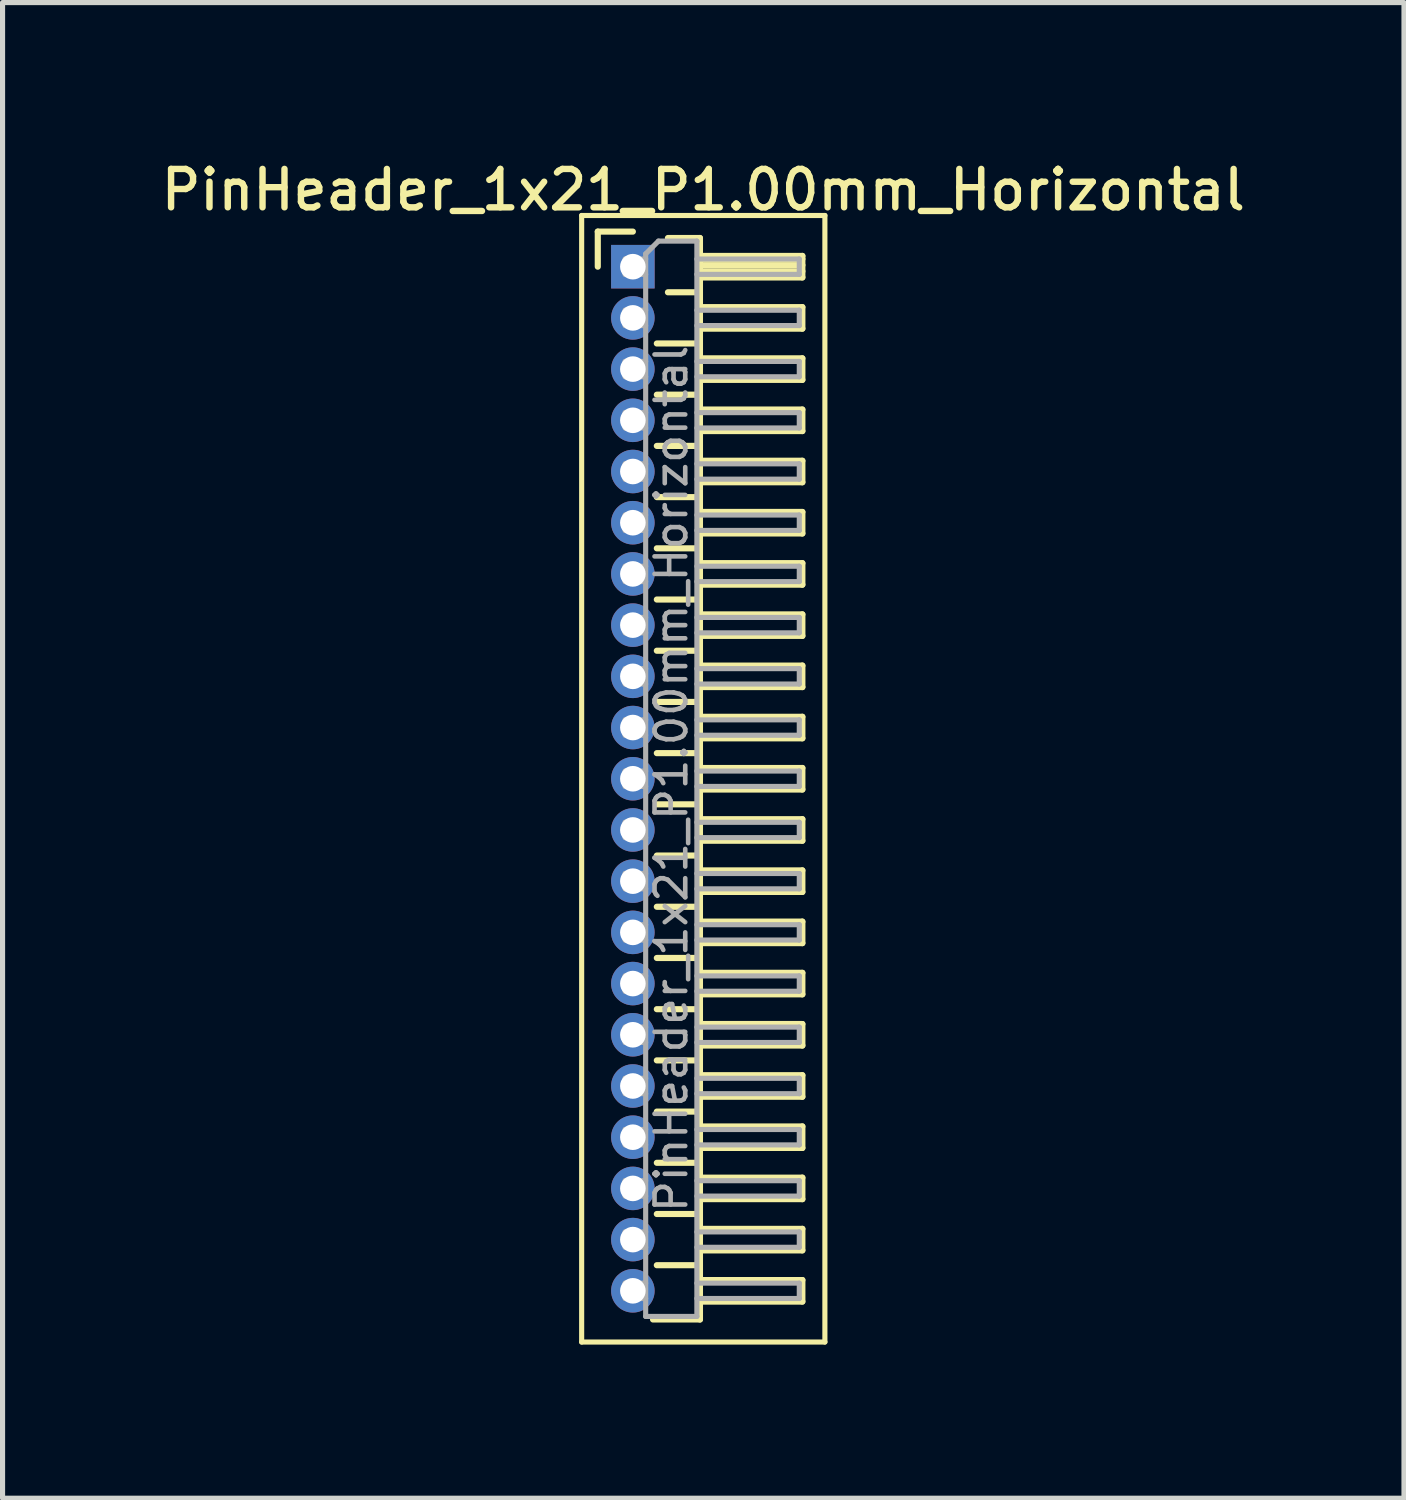
<source format=kicad_pcb>
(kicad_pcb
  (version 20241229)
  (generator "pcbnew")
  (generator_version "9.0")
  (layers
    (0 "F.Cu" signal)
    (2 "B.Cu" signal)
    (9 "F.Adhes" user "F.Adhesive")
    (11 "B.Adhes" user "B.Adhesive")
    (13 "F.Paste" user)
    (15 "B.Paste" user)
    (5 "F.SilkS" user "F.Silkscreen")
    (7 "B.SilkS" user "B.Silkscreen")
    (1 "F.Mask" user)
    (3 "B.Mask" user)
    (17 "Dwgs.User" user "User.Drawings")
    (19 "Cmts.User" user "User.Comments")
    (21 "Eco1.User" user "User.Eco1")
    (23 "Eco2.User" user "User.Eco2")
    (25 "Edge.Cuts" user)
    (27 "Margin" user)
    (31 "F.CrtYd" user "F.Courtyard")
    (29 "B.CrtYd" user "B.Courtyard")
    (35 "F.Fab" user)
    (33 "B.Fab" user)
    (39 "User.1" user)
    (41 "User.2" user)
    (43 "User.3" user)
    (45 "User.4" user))
  (footprint "PinHeader_1x21_P1.00mm_Horizontal"
    (layer "F.Cu")
    (at 9.309 2.158)
    (property "Reference" "PinHeader_1x21_P1.00mm_Horizontal" (at 1.375 -1.5 0) (layer "F.SilkS") (effects (font (size 0.75 0.75) (thickness 0.125))))
    (attr through_hole)
    (fp_line (start -1 -1) (end -1 21) (stroke (width 0.1) (type solid)) (layer "F.SilkS"))
    (fp_line (start -1 21) (end 3.75 21) (stroke (width 0.1) (type solid)) (layer "F.SilkS"))
    (fp_line (start -0.685 -0.685) (end 0 -0.685) (stroke (width 0.12) (type solid)) (layer "F.SilkS"))
    (fp_line (start -0.685 0) (end -0.685 -0.685) (stroke (width 0.12) (type solid)) (layer "F.SilkS"))
    (fp_line (start 0.468 1.5) (end 1.31 1.5) (stroke (width 0.12) (type solid)) (layer "F.SilkS"))
    (fp_line (start 0.468 2.5) (end 1.31 2.5) (stroke (width 0.12) (type solid)) (layer "F.SilkS"))
    (fp_line (start 0.468 3.5) (end 1.31 3.5) (stroke (width 0.12) (type solid)) (layer "F.SilkS"))
    (fp_line (start 0.468 4.5) (end 1.31 4.5) (stroke (width 0.12) (type solid)) (layer "F.SilkS"))
    (fp_line (start 0.468 5.5) (end 1.31 5.5) (stroke (width 0.12) (type solid)) (layer "F.SilkS"))
    (fp_line (start 0.468 6.5) (end 1.31 6.5) (stroke (width 0.12) (type solid)) (layer "F.SilkS"))
    (fp_line (start 0.468 7.5) (end 1.31 7.5) (stroke (width 0.12) (type solid)) (layer "F.SilkS"))
    (fp_line (start 0.468 8.5) (end 1.31 8.5) (stroke (width 0.12) (type solid)) (layer "F.SilkS"))
    (fp_line (start 0.468 9.5) (end 1.31 9.5) (stroke (width 0.12) (type solid)) (layer "F.SilkS"))
    (fp_line (start 0.468 10.5) (end 1.31 10.5) (stroke (width 0.12) (type solid)) (layer "F.SilkS"))
    (fp_line (start 0.468 11.5) (end 1.31 11.5) (stroke (width 0.12) (type solid)) (layer "F.SilkS"))
    (fp_line (start 0.468 12.5) (end 1.31 12.5) (stroke (width 0.12) (type solid)) (layer "F.SilkS"))
    (fp_line (start 0.468 13.5) (end 1.31 13.5) (stroke (width 0.12) (type solid)) (layer "F.SilkS"))
    (fp_line (start 0.468 14.5) (end 1.31 14.5) (stroke (width 0.12) (type solid)) (layer "F.SilkS"))
    (fp_line (start 0.468 15.5) (end 1.31 15.5) (stroke (width 0.12) (type solid)) (layer "F.SilkS"))
    (fp_line (start 0.468 16.5) (end 1.31 16.5) (stroke (width 0.12) (type solid)) (layer "F.SilkS"))
    (fp_line (start 0.468 17.5) (end 1.31 17.5) (stroke (width 0.12) (type solid)) (layer "F.SilkS"))
    (fp_line (start 0.468 18.5) (end 1.31 18.5) (stroke (width 0.12) (type solid)) (layer "F.SilkS"))
    (fp_line (start 0.468 19.5) (end 1.31 19.5) (stroke (width 0.12) (type solid)) (layer "F.SilkS"))
    (fp_line (start 0.685 -0.56) (end 1.31 -0.56) (stroke (width 0.12) (type solid)) (layer "F.SilkS"))
    (fp_line (start 0.685 0.5) (end 1.31 0.5) (stroke (width 0.12) (type solid)) (layer "F.SilkS"))
    (fp_line (start 1.31 -0.56) (end 1.31 20.56) (stroke (width 0.12) (type solid)) (layer "F.SilkS"))
    (fp_line (start 1.31 -0.21) (end 3.31 -0.21) (stroke (width 0.12) (type solid)) (layer "F.SilkS"))
    (fp_line (start 1.31 -0.15) (end 3.31 -0.15) (stroke (width 0.12) (type solid)) (layer "F.SilkS"))
    (fp_line (start 1.31 -0.03) (end 3.31 -0.03) (stroke (width 0.12) (type solid)) (layer "F.SilkS"))
    (fp_line (start 1.31 0.09) (end 3.31 0.09) (stroke (width 0.12) (type solid)) (layer "F.SilkS"))
    (fp_line (start 1.31 0.79) (end 3.31 0.79) (stroke (width 0.12) (type solid)) (layer "F.SilkS"))
    (fp_line (start 1.31 1.79) (end 3.31 1.79) (stroke (width 0.12) (type solid)) (layer "F.SilkS"))
    (fp_line (start 1.31 2.79) (end 3.31 2.79) (stroke (width 0.12) (type solid)) (layer "F.SilkS"))
    (fp_line (start 1.31 3.79) (end 3.31 3.79) (stroke (width 0.12) (type solid)) (layer "F.SilkS"))
    (fp_line (start 1.31 4.79) (end 3.31 4.79) (stroke (width 0.12) (type solid)) (layer "F.SilkS"))
    (fp_line (start 1.31 5.79) (end 3.31 5.79) (stroke (width 0.12) (type solid)) (layer "F.SilkS"))
    (fp_line (start 1.31 6.79) (end 3.31 6.79) (stroke (width 0.12) (type solid)) (layer "F.SilkS"))
    (fp_line (start 1.31 7.79) (end 3.31 7.79) (stroke (width 0.12) (type solid)) (layer "F.SilkS"))
    (fp_line (start 1.31 8.79) (end 3.31 8.79) (stroke (width 0.12) (type solid)) (layer "F.SilkS"))
    (fp_line (start 1.31 9.79) (end 3.31 9.79) (stroke (width 0.12) (type solid)) (layer "F.SilkS"))
    (fp_line (start 1.31 10.79) (end 3.31 10.79) (stroke (width 0.12) (type solid)) (layer "F.SilkS"))
    (fp_line (start 1.31 11.79) (end 3.31 11.79) (stroke (width 0.12) (type solid)) (layer "F.SilkS"))
    (fp_line (start 1.31 12.79) (end 3.31 12.79) (stroke (width 0.12) (type solid)) (layer "F.SilkS"))
    (fp_line (start 1.31 13.79) (end 3.31 13.79) (stroke (width 0.12) (type solid)) (layer "F.SilkS"))
    (fp_line (start 1.31 14.79) (end 3.31 14.79) (stroke (width 0.12) (type solid)) (layer "F.SilkS"))
    (fp_line (start 1.31 15.79) (end 3.31 15.79) (stroke (width 0.12) (type solid)) (layer "F.SilkS"))
    (fp_line (start 1.31 16.79) (end 3.31 16.79) (stroke (width 0.12) (type solid)) (layer "F.SilkS"))
    (fp_line (start 1.31 17.79) (end 3.31 17.79) (stroke (width 0.12) (type solid)) (layer "F.SilkS"))
    (fp_line (start 1.31 18.79) (end 3.31 18.79) (stroke (width 0.12) (type solid)) (layer "F.SilkS"))
    (fp_line (start 1.31 19.79) (end 3.31 19.79) (stroke (width 0.12) (type solid)) (layer "F.SilkS"))
    (fp_line (start 1.31 20.56) (end 0.394 20.56) (stroke (width 0.12) (type solid)) (layer "F.SilkS"))
    (fp_line (start 3.31 -0.21) (end 3.31 0.21) (stroke (width 0.12) (type solid)) (layer "F.SilkS"))
    (fp_line (start 3.31 0.21) (end 1.31 0.21) (stroke (width 0.12) (type solid)) (layer "F.SilkS"))
    (fp_line (start 3.31 0.79) (end 3.31 1.21) (stroke (width 0.12) (type solid)) (layer "F.SilkS"))
    (fp_line (start 3.31 1.21) (end 1.31 1.21) (stroke (width 0.12) (type solid)) (layer "F.SilkS"))
    (fp_line (start 3.31 1.79) (end 3.31 2.21) (stroke (width 0.12) (type solid)) (layer "F.SilkS"))
    (fp_line (start 3.31 2.21) (end 1.31 2.21) (stroke (width 0.12) (type solid)) (layer "F.SilkS"))
    (fp_line (start 3.31 2.79) (end 3.31 3.21) (stroke (width 0.12) (type solid)) (layer "F.SilkS"))
    (fp_line (start 3.31 3.21) (end 1.31 3.21) (stroke (width 0.12) (type solid)) (layer "F.SilkS"))
    (fp_line (start 3.31 3.79) (end 3.31 4.21) (stroke (width 0.12) (type solid)) (layer "F.SilkS"))
    (fp_line (start 3.31 4.21) (end 1.31 4.21) (stroke (width 0.12) (type solid)) (layer "F.SilkS"))
    (fp_line (start 3.31 4.79) (end 3.31 5.21) (stroke (width 0.12) (type solid)) (layer "F.SilkS"))
    (fp_line (start 3.31 5.21) (end 1.31 5.21) (stroke (width 0.12) (type solid)) (layer "F.SilkS"))
    (fp_line (start 3.31 5.79) (end 3.31 6.21) (stroke (width 0.12) (type solid)) (layer "F.SilkS"))
    (fp_line (start 3.31 6.21) (end 1.31 6.21) (stroke (width 0.12) (type solid)) (layer "F.SilkS"))
    (fp_line (start 3.31 6.79) (end 3.31 7.21) (stroke (width 0.12) (type solid)) (layer "F.SilkS"))
    (fp_line (start 3.31 7.21) (end 1.31 7.21) (stroke (width 0.12) (type solid)) (layer "F.SilkS"))
    (fp_line (start 3.31 7.79) (end 3.31 8.21) (stroke (width 0.12) (type solid)) (layer "F.SilkS"))
    (fp_line (start 3.31 8.21) (end 1.31 8.21) (stroke (width 0.12) (type solid)) (layer "F.SilkS"))
    (fp_line (start 3.31 8.79) (end 3.31 9.21) (stroke (width 0.12) (type solid)) (layer "F.SilkS"))
    (fp_line (start 3.31 9.21) (end 1.31 9.21) (stroke (width 0.12) (type solid)) (layer "F.SilkS"))
    (fp_line (start 3.31 9.79) (end 3.31 10.21) (stroke (width 0.12) (type solid)) (layer "F.SilkS"))
    (fp_line (start 3.31 10.21) (end 1.31 10.21) (stroke (width 0.12) (type solid)) (layer "F.SilkS"))
    (fp_line (start 3.31 10.79) (end 3.31 11.21) (stroke (width 0.12) (type solid)) (layer "F.SilkS"))
    (fp_line (start 3.31 11.21) (end 1.31 11.21) (stroke (width 0.12) (type solid)) (layer "F.SilkS"))
    (fp_line (start 3.31 11.79) (end 3.31 12.21) (stroke (width 0.12) (type solid)) (layer "F.SilkS"))
    (fp_line (start 3.31 12.21) (end 1.31 12.21) (stroke (width 0.12) (type solid)) (layer "F.SilkS"))
    (fp_line (start 3.31 12.79) (end 3.31 13.21) (stroke (width 0.12) (type solid)) (layer "F.SilkS"))
    (fp_line (start 3.31 13.21) (end 1.31 13.21) (stroke (width 0.12) (type solid)) (layer "F.SilkS"))
    (fp_line (start 3.31 13.79) (end 3.31 14.21) (stroke (width 0.12) (type solid)) (layer "F.SilkS"))
    (fp_line (start 3.31 14.21) (end 1.31 14.21) (stroke (width 0.12) (type solid)) (layer "F.SilkS"))
    (fp_line (start 3.31 14.79) (end 3.31 15.21) (stroke (width 0.12) (type solid)) (layer "F.SilkS"))
    (fp_line (start 3.31 15.21) (end 1.31 15.21) (stroke (width 0.12) (type solid)) (layer "F.SilkS"))
    (fp_line (start 3.31 15.79) (end 3.31 16.21) (stroke (width 0.12) (type solid)) (layer "F.SilkS"))
    (fp_line (start 3.31 16.21) (end 1.31 16.21) (stroke (width 0.12) (type solid)) (layer "F.SilkS"))
    (fp_line (start 3.31 16.79) (end 3.31 17.21) (stroke (width 0.12) (type solid)) (layer "F.SilkS"))
    (fp_line (start 3.31 17.21) (end 1.31 17.21) (stroke (width 0.12) (type solid)) (layer "F.SilkS"))
    (fp_line (start 3.31 17.79) (end 3.31 18.21) (stroke (width 0.12) (type solid)) (layer "F.SilkS"))
    (fp_line (start 3.31 18.21) (end 1.31 18.21) (stroke (width 0.12) (type solid)) (layer "F.SilkS"))
    (fp_line (start 3.31 18.79) (end 3.31 19.21) (stroke (width 0.12) (type solid)) (layer "F.SilkS"))
    (fp_line (start 3.31 19.21) (end 1.31 19.21) (stroke (width 0.12) (type solid)) (layer "F.SilkS"))
    (fp_line (start 3.31 19.79) (end 3.31 20.21) (stroke (width 0.12) (type solid)) (layer "F.SilkS"))
    (fp_line (start 3.31 20.21) (end 1.31 20.21) (stroke (width 0.12) (type solid)) (layer "F.SilkS"))
    (fp_line (start 3.75 -1) (end -1 -1) (stroke (width 0.1) (type solid)) (layer "F.SilkS"))
    (fp_line (start 3.75 21) (end 3.75 -1) (stroke (width 0.1) (type solid)) (layer "F.SilkS"))
    (fp_line (start -0.15 -0.15) (end -0.15 0.15) (stroke (width 0.1) (type solid)) (layer "F.Fab"))
    (fp_line (start -0.15 -0.15) (end 0.25 -0.15) (stroke (width 0.1) (type solid)) (layer "F.Fab"))
    (fp_line (start -0.15 0.15) (end 0.25 0.15) (stroke (width 0.1) (type solid)) (layer "F.Fab"))
    (fp_line (start -0.15 0.85) (end -0.15 1.15) (stroke (width 0.1) (type solid)) (layer "F.Fab"))
    (fp_line (start -0.15 0.85) (end 0.25 0.85) (stroke (width 0.1) (type solid)) (layer "F.Fab"))
    (fp_line (start -0.15 1.15) (end 0.25 1.15) (stroke (width 0.1) (type solid)) (layer "F.Fab"))
    (fp_line (start -0.15 1.85) (end -0.15 2.15) (stroke (width 0.1) (type solid)) (layer "F.Fab"))
    (fp_line (start -0.15 1.85) (end 0.25 1.85) (stroke (width 0.1) (type solid)) (layer "F.Fab"))
    (fp_line (start -0.15 2.15) (end 0.25 2.15) (stroke (width 0.1) (type solid)) (layer "F.Fab"))
    (fp_line (start -0.15 2.85) (end -0.15 3.15) (stroke (width 0.1) (type solid)) (layer "F.Fab"))
    (fp_line (start -0.15 2.85) (end 0.25 2.85) (stroke (width 0.1) (type solid)) (layer "F.Fab"))
    (fp_line (start -0.15 3.15) (end 0.25 3.15) (stroke (width 0.1) (type solid)) (layer "F.Fab"))
    (fp_line (start -0.15 3.85) (end -0.15 4.15) (stroke (width 0.1) (type solid)) (layer "F.Fab"))
    (fp_line (start -0.15 3.85) (end 0.25 3.85) (stroke (width 0.1) (type solid)) (layer "F.Fab"))
    (fp_line (start -0.15 4.15) (end 0.25 4.15) (stroke (width 0.1) (type solid)) (layer "F.Fab"))
    (fp_line (start -0.15 4.85) (end -0.15 5.15) (stroke (width 0.1) (type solid)) (layer "F.Fab"))
    (fp_line (start -0.15 4.85) (end 0.25 4.85) (stroke (width 0.1) (type solid)) (layer "F.Fab"))
    (fp_line (start -0.15 5.15) (end 0.25 5.15) (stroke (width 0.1) (type solid)) (layer "F.Fab"))
    (fp_line (start -0.15 5.85) (end -0.15 6.15) (stroke (width 0.1) (type solid)) (layer "F.Fab"))
    (fp_line (start -0.15 5.85) (end 0.25 5.85) (stroke (width 0.1) (type solid)) (layer "F.Fab"))
    (fp_line (start -0.15 6.15) (end 0.25 6.15) (stroke (width 0.1) (type solid)) (layer "F.Fab"))
    (fp_line (start -0.15 6.85) (end -0.15 7.15) (stroke (width 0.1) (type solid)) (layer "F.Fab"))
    (fp_line (start -0.15 6.85) (end 0.25 6.85) (stroke (width 0.1) (type solid)) (layer "F.Fab"))
    (fp_line (start -0.15 7.15) (end 0.25 7.15) (stroke (width 0.1) (type solid)) (layer "F.Fab"))
    (fp_line (start -0.15 7.85) (end -0.15 8.15) (stroke (width 0.1) (type solid)) (layer "F.Fab"))
    (fp_line (start -0.15 7.85) (end 0.25 7.85) (stroke (width 0.1) (type solid)) (layer "F.Fab"))
    (fp_line (start -0.15 8.15) (end 0.25 8.15) (stroke (width 0.1) (type solid)) (layer "F.Fab"))
    (fp_line (start -0.15 8.85) (end -0.15 9.15) (stroke (width 0.1) (type solid)) (layer "F.Fab"))
    (fp_line (start -0.15 8.85) (end 0.25 8.85) (stroke (width 0.1) (type solid)) (layer "F.Fab"))
    (fp_line (start -0.15 9.15) (end 0.25 9.15) (stroke (width 0.1) (type solid)) (layer "F.Fab"))
    (fp_line (start -0.15 9.85) (end -0.15 10.15) (stroke (width 0.1) (type solid)) (layer "F.Fab"))
    (fp_line (start -0.15 9.85) (end 0.25 9.85) (stroke (width 0.1) (type solid)) (layer "F.Fab"))
    (fp_line (start -0.15 10.15) (end 0.25 10.15) (stroke (width 0.1) (type solid)) (layer "F.Fab"))
    (fp_line (start -0.15 10.85) (end -0.15 11.15) (stroke (width 0.1) (type solid)) (layer "F.Fab"))
    (fp_line (start -0.15 10.85) (end 0.25 10.85) (stroke (width 0.1) (type solid)) (layer "F.Fab"))
    (fp_line (start -0.15 11.15) (end 0.25 11.15) (stroke (width 0.1) (type solid)) (layer "F.Fab"))
    (fp_line (start -0.15 11.85) (end -0.15 12.15) (stroke (width 0.1) (type solid)) (layer "F.Fab"))
    (fp_line (start -0.15 11.85) (end 0.25 11.85) (stroke (width 0.1) (type solid)) (layer "F.Fab"))
    (fp_line (start -0.15 12.15) (end 0.25 12.15) (stroke (width 0.1) (type solid)) (layer "F.Fab"))
    (fp_line (start -0.15 12.85) (end -0.15 13.15) (stroke (width 0.1) (type solid)) (layer "F.Fab"))
    (fp_line (start -0.15 12.85) (end 0.25 12.85) (stroke (width 0.1) (type solid)) (layer "F.Fab"))
    (fp_line (start -0.15 13.15) (end 0.25 13.15) (stroke (width 0.1) (type solid)) (layer "F.Fab"))
    (fp_line (start -0.15 13.85) (end -0.15 14.15) (stroke (width 0.1) (type solid)) (layer "F.Fab"))
    (fp_line (start -0.15 13.85) (end 0.25 13.85) (stroke (width 0.1) (type solid)) (layer "F.Fab"))
    (fp_line (start -0.15 14.15) (end 0.25 14.15) (stroke (width 0.1) (type solid)) (layer "F.Fab"))
    (fp_line (start -0.15 14.85) (end -0.15 15.15) (stroke (width 0.1) (type solid)) (layer "F.Fab"))
    (fp_line (start -0.15 14.85) (end 0.25 14.85) (stroke (width 0.1) (type solid)) (layer "F.Fab"))
    (fp_line (start -0.15 15.15) (end 0.25 15.15) (stroke (width 0.1) (type solid)) (layer "F.Fab"))
    (fp_line (start -0.15 15.85) (end -0.15 16.15) (stroke (width 0.1) (type solid)) (layer "F.Fab"))
    (fp_line (start -0.15 15.85) (end 0.25 15.85) (stroke (width 0.1) (type solid)) (layer "F.Fab"))
    (fp_line (start -0.15 16.15) (end 0.25 16.15) (stroke (width 0.1) (type solid)) (layer "F.Fab"))
    (fp_line (start -0.15 16.85) (end -0.15 17.15) (stroke (width 0.1) (type solid)) (layer "F.Fab"))
    (fp_line (start -0.15 16.85) (end 0.25 16.85) (stroke (width 0.1) (type solid)) (layer "F.Fab"))
    (fp_line (start -0.15 17.15) (end 0.25 17.15) (stroke (width 0.1) (type solid)) (layer "F.Fab"))
    (fp_line (start -0.15 17.85) (end -0.15 18.15) (stroke (width 0.1) (type solid)) (layer "F.Fab"))
    (fp_line (start -0.15 17.85) (end 0.25 17.85) (stroke (width 0.1) (type solid)) (layer "F.Fab"))
    (fp_line (start -0.15 18.15) (end 0.25 18.15) (stroke (width 0.1) (type solid)) (layer "F.Fab"))
    (fp_line (start -0.15 18.85) (end -0.15 19.15) (stroke (width 0.1) (type solid)) (layer "F.Fab"))
    (fp_line (start -0.15 18.85) (end 0.25 18.85) (stroke (width 0.1) (type solid)) (layer "F.Fab"))
    (fp_line (start -0.15 19.15) (end 0.25 19.15) (stroke (width 0.1) (type solid)) (layer "F.Fab"))
    (fp_line (start -0.15 19.85) (end -0.15 20.15) (stroke (width 0.1) (type solid)) (layer "F.Fab"))
    (fp_line (start -0.15 19.85) (end 0.25 19.85) (stroke (width 0.1) (type solid)) (layer "F.Fab"))
    (fp_line (start -0.15 20.15) (end 0.25 20.15) (stroke (width 0.1) (type solid)) (layer "F.Fab"))
    (fp_line (start 0.25 -0.25) (end 0.5 -0.5) (stroke (width 0.1) (type solid)) (layer "F.Fab"))
    (fp_line (start 0.25 20.5) (end 0.25 -0.25) (stroke (width 0.1) (type solid)) (layer "F.Fab"))
    (fp_line (start 0.5 -0.5) (end 1.25 -0.5) (stroke (width 0.1) (type solid)) (layer "F.Fab"))
    (fp_line (start 1.25 -0.5) (end 1.25 20.5) (stroke (width 0.1) (type solid)) (layer "F.Fab"))
    (fp_line (start 1.25 -0.15) (end 3.25 -0.15) (stroke (width 0.1) (type solid)) (layer "F.Fab"))
    (fp_line (start 1.25 0.15) (end 3.25 0.15) (stroke (width 0.1) (type solid)) (layer "F.Fab"))
    (fp_line (start 1.25 0.85) (end 3.25 0.85) (stroke (width 0.1) (type solid)) (layer "F.Fab"))
    (fp_line (start 1.25 1.15) (end 3.25 1.15) (stroke (width 0.1) (type solid)) (layer "F.Fab"))
    (fp_line (start 1.25 1.85) (end 3.25 1.85) (stroke (width 0.1) (type solid)) (layer "F.Fab"))
    (fp_line (start 1.25 2.15) (end 3.25 2.15) (stroke (width 0.1) (type solid)) (layer "F.Fab"))
    (fp_line (start 1.25 2.85) (end 3.25 2.85) (stroke (width 0.1) (type solid)) (layer "F.Fab"))
    (fp_line (start 1.25 3.15) (end 3.25 3.15) (stroke (width 0.1) (type solid)) (layer "F.Fab"))
    (fp_line (start 1.25 3.85) (end 3.25 3.85) (stroke (width 0.1) (type solid)) (layer "F.Fab"))
    (fp_line (start 1.25 4.15) (end 3.25 4.15) (stroke (width 0.1) (type solid)) (layer "F.Fab"))
    (fp_line (start 1.25 4.85) (end 3.25 4.85) (stroke (width 0.1) (type solid)) (layer "F.Fab"))
    (fp_line (start 1.25 5.15) (end 3.25 5.15) (stroke (width 0.1) (type solid)) (layer "F.Fab"))
    (fp_line (start 1.25 5.85) (end 3.25 5.85) (stroke (width 0.1) (type solid)) (layer "F.Fab"))
    (fp_line (start 1.25 6.15) (end 3.25 6.15) (stroke (width 0.1) (type solid)) (layer "F.Fab"))
    (fp_line (start 1.25 6.85) (end 3.25 6.85) (stroke (width 0.1) (type solid)) (layer "F.Fab"))
    (fp_line (start 1.25 7.15) (end 3.25 7.15) (stroke (width 0.1) (type solid)) (layer "F.Fab"))
    (fp_line (start 1.25 7.85) (end 3.25 7.85) (stroke (width 0.1) (type solid)) (layer "F.Fab"))
    (fp_line (start 1.25 8.15) (end 3.25 8.15) (stroke (width 0.1) (type solid)) (layer "F.Fab"))
    (fp_line (start 1.25 8.85) (end 3.25 8.85) (stroke (width 0.1) (type solid)) (layer "F.Fab"))
    (fp_line (start 1.25 9.15) (end 3.25 9.15) (stroke (width 0.1) (type solid)) (layer "F.Fab"))
    (fp_line (start 1.25 9.85) (end 3.25 9.85) (stroke (width 0.1) (type solid)) (layer "F.Fab"))
    (fp_line (start 1.25 10.15) (end 3.25 10.15) (stroke (width 0.1) (type solid)) (layer "F.Fab"))
    (fp_line (start 1.25 10.85) (end 3.25 10.85) (stroke (width 0.1) (type solid)) (layer "F.Fab"))
    (fp_line (start 1.25 11.15) (end 3.25 11.15) (stroke (width 0.1) (type solid)) (layer "F.Fab"))
    (fp_line (start 1.25 11.85) (end 3.25 11.85) (stroke (width 0.1) (type solid)) (layer "F.Fab"))
    (fp_line (start 1.25 12.15) (end 3.25 12.15) (stroke (width 0.1) (type solid)) (layer "F.Fab"))
    (fp_line (start 1.25 12.85) (end 3.25 12.85) (stroke (width 0.1) (type solid)) (layer "F.Fab"))
    (fp_line (start 1.25 13.15) (end 3.25 13.15) (stroke (width 0.1) (type solid)) (layer "F.Fab"))
    (fp_line (start 1.25 13.85) (end 3.25 13.85) (stroke (width 0.1) (type solid)) (layer "F.Fab"))
    (fp_line (start 1.25 14.15) (end 3.25 14.15) (stroke (width 0.1) (type solid)) (layer "F.Fab"))
    (fp_line (start 1.25 14.85) (end 3.25 14.85) (stroke (width 0.1) (type solid)) (layer "F.Fab"))
    (fp_line (start 1.25 15.15) (end 3.25 15.15) (stroke (width 0.1) (type solid)) (layer "F.Fab"))
    (fp_line (start 1.25 15.85) (end 3.25 15.85) (stroke (width 0.1) (type solid)) (layer "F.Fab"))
    (fp_line (start 1.25 16.15) (end 3.25 16.15) (stroke (width 0.1) (type solid)) (layer "F.Fab"))
    (fp_line (start 1.25 16.85) (end 3.25 16.85) (stroke (width 0.1) (type solid)) (layer "F.Fab"))
    (fp_line (start 1.25 17.15) (end 3.25 17.15) (stroke (width 0.1) (type solid)) (layer "F.Fab"))
    (fp_line (start 1.25 17.85) (end 3.25 17.85) (stroke (width 0.1) (type solid)) (layer "F.Fab"))
    (fp_line (start 1.25 18.15) (end 3.25 18.15) (stroke (width 0.1) (type solid)) (layer "F.Fab"))
    (fp_line (start 1.25 18.85) (end 3.25 18.85) (stroke (width 0.1) (type solid)) (layer "F.Fab"))
    (fp_line (start 1.25 19.15) (end 3.25 19.15) (stroke (width 0.1) (type solid)) (layer "F.Fab"))
    (fp_line (start 1.25 19.85) (end 3.25 19.85) (stroke (width 0.1) (type solid)) (layer "F.Fab"))
    (fp_line (start 1.25 20.15) (end 3.25 20.15) (stroke (width 0.1) (type solid)) (layer "F.Fab"))
    (fp_line (start 1.25 20.5) (end 0.25 20.5) (stroke (width 0.1) (type solid)) (layer "F.Fab"))
    (fp_line (start 3.25 -0.15) (end 3.25 0.15) (stroke (width 0.1) (type solid)) (layer "F.Fab"))
    (fp_line (start 3.25 0.85) (end 3.25 1.15) (stroke (width 0.1) (type solid)) (layer "F.Fab"))
    (fp_line (start 3.25 1.85) (end 3.25 2.15) (stroke (width 0.1) (type solid)) (layer "F.Fab"))
    (fp_line (start 3.25 2.85) (end 3.25 3.15) (stroke (width 0.1) (type solid)) (layer "F.Fab"))
    (fp_line (start 3.25 3.85) (end 3.25 4.15) (stroke (width 0.1) (type solid)) (layer "F.Fab"))
    (fp_line (start 3.25 4.85) (end 3.25 5.15) (stroke (width 0.1) (type solid)) (layer "F.Fab"))
    (fp_line (start 3.25 5.85) (end 3.25 6.15) (stroke (width 0.1) (type solid)) (layer "F.Fab"))
    (fp_line (start 3.25 6.85) (end 3.25 7.15) (stroke (width 0.1) (type solid)) (layer "F.Fab"))
    (fp_line (start 3.25 7.85) (end 3.25 8.15) (stroke (width 0.1) (type solid)) (layer "F.Fab"))
    (fp_line (start 3.25 8.85) (end 3.25 9.15) (stroke (width 0.1) (type solid)) (layer "F.Fab"))
    (fp_line (start 3.25 9.85) (end 3.25 10.15) (stroke (width 0.1) (type solid)) (layer "F.Fab"))
    (fp_line (start 3.25 10.85) (end 3.25 11.15) (stroke (width 0.1) (type solid)) (layer "F.Fab"))
    (fp_line (start 3.25 11.85) (end 3.25 12.15) (stroke (width 0.1) (type solid)) (layer "F.Fab"))
    (fp_line (start 3.25 12.85) (end 3.25 13.15) (stroke (width 0.1) (type solid)) (layer "F.Fab"))
    (fp_line (start 3.25 13.85) (end 3.25 14.15) (stroke (width 0.1) (type solid)) (layer "F.Fab"))
    (fp_line (start 3.25 14.85) (end 3.25 15.15) (stroke (width 0.1) (type solid)) (layer "F.Fab"))
    (fp_line (start 3.25 15.85) (end 3.25 16.15) (stroke (width 0.1) (type solid)) (layer "F.Fab"))
    (fp_line (start 3.25 16.85) (end 3.25 17.15) (stroke (width 0.1) (type solid)) (layer "F.Fab"))
    (fp_line (start 3.25 17.85) (end 3.25 18.15) (stroke (width 0.1) (type solid)) (layer "F.Fab"))
    (fp_line (start 3.25 18.85) (end 3.25 19.15) (stroke (width 0.1) (type solid)) (layer "F.Fab"))
    (fp_line (start 3.25 19.85) (end 3.25 20.15) (stroke (width 0.1) (type solid)) (layer "F.Fab"))
    (fp_text user "${REFERENCE}" (at 0.75 10 90) (layer "F.Fab") (effects (font (size 0.6 0.6) (thickness 0.09))))
    (pad "1" thru_hole rect (at 0 0) (size 0.85 0.85) (drill 0.5) (layers "*.Cu" "*.Mask"))
    (pad "2" thru_hole oval (at 0 1) (size 0.85 0.85) (drill 0.5) (layers "*.Cu" "*.Mask"))
    (pad "3" thru_hole oval (at 0 2) (size 0.85 0.85) (drill 0.5) (layers "*.Cu" "*.Mask"))
    (pad "4" thru_hole oval (at 0 3) (size 0.85 0.85) (drill 0.5) (layers "*.Cu" "*.Mask"))
    (pad "5" thru_hole oval (at 0 4) (size 0.85 0.85) (drill 0.5) (layers "*.Cu" "*.Mask"))
    (pad "6" thru_hole oval (at 0 5) (size 0.85 0.85) (drill 0.5) (layers "*.Cu" "*.Mask"))
    (pad "7" thru_hole oval (at 0 6) (size 0.85 0.85) (drill 0.5) (layers "*.Cu" "*.Mask"))
    (pad "8" thru_hole oval (at 0 7) (size 0.85 0.85) (drill 0.5) (layers "*.Cu" "*.Mask"))
    (pad "9" thru_hole oval (at 0 8) (size 0.85 0.85) (drill 0.5) (layers "*.Cu" "*.Mask"))
    (pad "10" thru_hole oval (at 0 9) (size 0.85 0.85) (drill 0.5) (layers "*.Cu" "*.Mask"))
    (pad "11" thru_hole oval (at 0 10) (size 0.85 0.85) (drill 0.5) (layers "*.Cu" "*.Mask"))
    (pad "12" thru_hole oval (at 0 11) (size 0.85 0.85) (drill 0.5) (layers "*.Cu" "*.Mask"))
    (pad "13" thru_hole oval (at 0 12) (size 0.85 0.85) (drill 0.5) (layers "*.Cu" "*.Mask"))
    (pad "14" thru_hole oval (at 0 13) (size 0.85 0.85) (drill 0.5) (layers "*.Cu" "*.Mask"))
    (pad "15" thru_hole oval (at 0 14) (size 0.85 0.85) (drill 0.5) (layers "*.Cu" "*.Mask"))
    (pad "16" thru_hole oval (at 0 15) (size 0.85 0.85) (drill 0.5) (layers "*.Cu" "*.Mask"))
    (pad "17" thru_hole oval (at 0 16) (size 0.85 0.85) (drill 0.5) (layers "*.Cu" "*.Mask"))
    (pad "18" thru_hole oval (at 0 17) (size 0.85 0.85) (drill 0.5) (layers "*.Cu" "*.Mask"))
    (pad "19" thru_hole oval (at 0 18) (size 0.85 0.85) (drill 0.5) (layers "*.Cu" "*.Mask"))
    (pad "20" thru_hole oval (at 0 19) (size 0.85 0.85) (drill 0.5) (layers "*.Cu" "*.Mask"))
    (pad "21" thru_hole oval (at 0 20) (size 0.85 0.85) (drill 0.5) (layers "*.Cu" "*.Mask")))
  (gr_rect
    (start -3 -3)
    (end 24.368 26.208)
    (stroke (width 0.1) (type default))
    (fill no)
    (layer "Edge.Cuts")))
</source>
